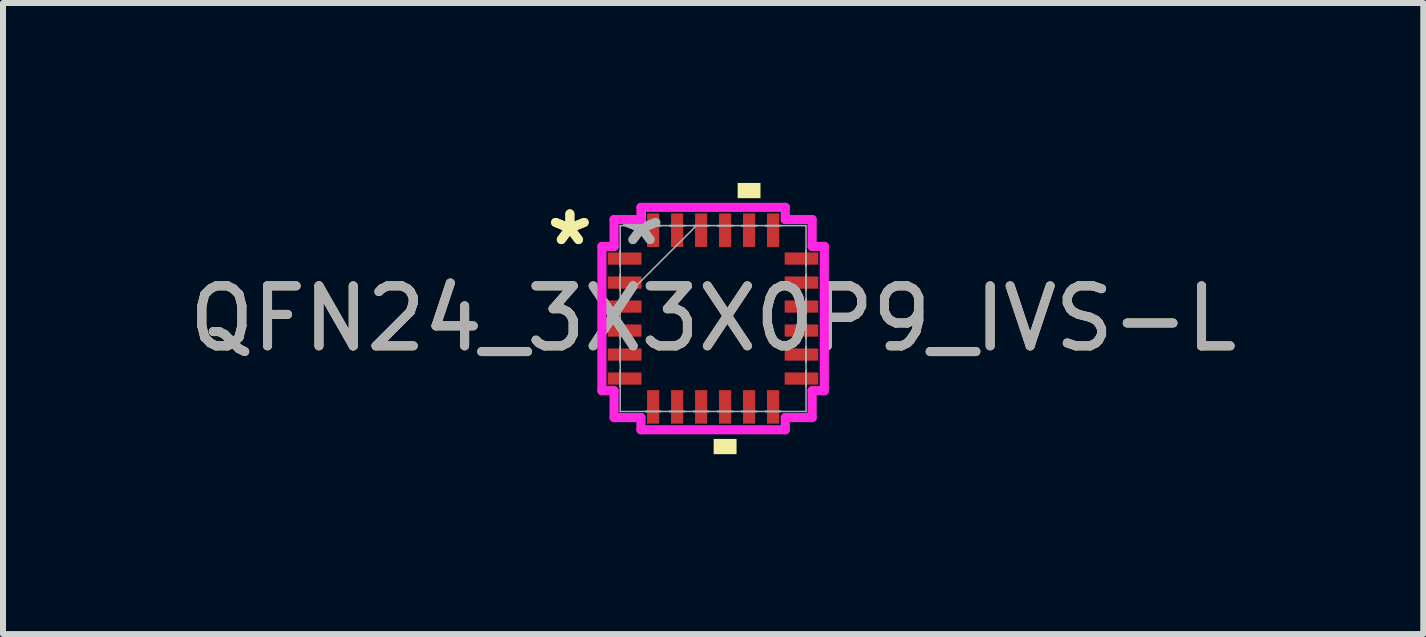
<source format=kicad_pcb>
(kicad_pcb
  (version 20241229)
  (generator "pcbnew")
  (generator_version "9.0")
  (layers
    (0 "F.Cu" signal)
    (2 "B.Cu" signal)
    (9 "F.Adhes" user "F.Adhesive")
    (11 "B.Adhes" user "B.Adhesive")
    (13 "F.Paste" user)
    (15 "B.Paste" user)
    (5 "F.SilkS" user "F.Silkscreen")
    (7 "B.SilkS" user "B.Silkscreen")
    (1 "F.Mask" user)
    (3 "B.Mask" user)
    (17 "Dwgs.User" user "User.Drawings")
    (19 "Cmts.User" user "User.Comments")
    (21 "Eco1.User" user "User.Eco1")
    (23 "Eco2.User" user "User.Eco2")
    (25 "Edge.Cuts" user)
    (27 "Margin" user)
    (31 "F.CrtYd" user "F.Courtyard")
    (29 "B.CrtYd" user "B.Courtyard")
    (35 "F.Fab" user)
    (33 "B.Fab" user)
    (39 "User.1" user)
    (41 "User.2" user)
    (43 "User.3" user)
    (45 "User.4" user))
  (footprint "QFN24_3X3X0P9_IVS-L"
    (layer "F.Cu")
    (at 8.839 2.261)
    (property "Reference" "QFN24_3X3X0P9_IVS-L" (at 0 0 0) (unlocked yes) (layer "F.SilkS") (effects (font (size 1 1) (thickness 0.15))))
    (attr smd)
    (fp_poly (pts (xy 0.009 2.007) (xy 0.009 2.261) (xy 0.391 2.261) (xy 0.391 2.007)) (stroke (width 0) (type solid)) (fill yes) (layer "F.SilkS"))
    (fp_poly (pts (xy 0.409 -2.007) (xy 0.409 -2.261) (xy 0.79 -2.261) (xy 0.79 -2.007)) (stroke (width 0) (type solid)) (fill yes) (layer "F.SilkS"))
    (fp_line (start -1.854 -1.203) (end -1.651 -1.203) (stroke (width 0.152) (type solid)) (layer "F.CrtYd"))
    (fp_line (start -1.854 1.203) (end -1.854 -1.203) (stroke (width 0.152) (type solid)) (layer "F.CrtYd"))
    (fp_line (start -1.651 -1.651) (end -1.203 -1.651) (stroke (width 0.152) (type solid)) (layer "F.CrtYd"))
    (fp_line (start -1.651 -1.203) (end -1.651 -1.651) (stroke (width 0.152) (type solid)) (layer "F.CrtYd"))
    (fp_line (start -1.651 1.203) (end -1.854 1.203) (stroke (width 0.152) (type solid)) (layer "F.CrtYd"))
    (fp_line (start -1.651 1.651) (end -1.651 1.203) (stroke (width 0.152) (type solid)) (layer "F.CrtYd"))
    (fp_line (start -1.203 -1.854) (end 1.203 -1.854) (stroke (width 0.152) (type solid)) (layer "F.CrtYd"))
    (fp_line (start -1.203 -1.651) (end -1.203 -1.854) (stroke (width 0.152) (type solid)) (layer "F.CrtYd"))
    (fp_line (start -1.203 1.651) (end -1.651 1.651) (stroke (width 0.152) (type solid)) (layer "F.CrtYd"))
    (fp_line (start -1.203 1.854) (end -1.203 1.651) (stroke (width 0.152) (type solid)) (layer "F.CrtYd"))
    (fp_line (start 1.203 -1.854) (end 1.203 -1.651) (stroke (width 0.152) (type solid)) (layer "F.CrtYd"))
    (fp_line (start 1.203 -1.651) (end 1.651 -1.651) (stroke (width 0.152) (type solid)) (layer "F.CrtYd"))
    (fp_line (start 1.203 1.651) (end 1.203 1.854) (stroke (width 0.152) (type solid)) (layer "F.CrtYd"))
    (fp_line (start 1.203 1.854) (end -1.203 1.854) (stroke (width 0.152) (type solid)) (layer "F.CrtYd"))
    (fp_line (start 1.651 -1.651) (end 1.651 -1.203) (stroke (width 0.152) (type solid)) (layer "F.CrtYd"))
    (fp_line (start 1.651 -1.203) (end 1.854 -1.203) (stroke (width 0.152) (type solid)) (layer "F.CrtYd"))
    (fp_line (start 1.651 1.203) (end 1.651 1.651) (stroke (width 0.152) (type solid)) (layer "F.CrtYd"))
    (fp_line (start 1.651 1.651) (end 1.203 1.651) (stroke (width 0.152) (type solid)) (layer "F.CrtYd"))
    (fp_line (start 1.854 -1.203) (end 1.854 1.203) (stroke (width 0.152) (type solid)) (layer "F.CrtYd"))
    (fp_line (start 1.854 1.203) (end 1.651 1.203) (stroke (width 0.152) (type solid)) (layer "F.CrtYd"))
    (fp_line (start -1.549 -1.549) (end -1.549 -1.549) (stroke (width 0.025) (type solid)) (layer "F.Fab"))
    (fp_line (start -1.549 -1.549) (end -1.549 1.549) (stroke (width 0.025) (type solid)) (layer "F.Fab"))
    (fp_line (start -1.549 -1.127) (end -1.549 -1.127) (stroke (width 0.025) (type solid)) (layer "F.Fab"))
    (fp_line (start -1.549 -1.127) (end -1.549 -0.873) (stroke (width 0.025) (type solid)) (layer "F.Fab"))
    (fp_line (start -1.549 -0.873) (end -1.549 -1.127) (stroke (width 0.025) (type solid)) (layer "F.Fab"))
    (fp_line (start -1.549 -0.873) (end -1.549 -0.873) (stroke (width 0.025) (type solid)) (layer "F.Fab"))
    (fp_line (start -1.549 -0.727) (end -1.549 -0.727) (stroke (width 0.025) (type solid)) (layer "F.Fab"))
    (fp_line (start -1.549 -0.727) (end -1.549 -0.473) (stroke (width 0.025) (type solid)) (layer "F.Fab"))
    (fp_line (start -1.549 -0.473) (end -1.549 -0.727) (stroke (width 0.025) (type solid)) (layer "F.Fab"))
    (fp_line (start -1.549 -0.473) (end -1.549 -0.473) (stroke (width 0.025) (type solid)) (layer "F.Fab"))
    (fp_line (start -1.549 -0.327) (end -1.549 -0.327) (stroke (width 0.025) (type solid)) (layer "F.Fab"))
    (fp_line (start -1.549 -0.327) (end -1.549 -0.073) (stroke (width 0.025) (type solid)) (layer "F.Fab"))
    (fp_line (start -1.549 -0.279) (end -0.279 -1.549) (stroke (width 0.025) (type solid)) (layer "F.Fab"))
    (fp_line (start -1.549 -0.073) (end -1.549 -0.327) (stroke (width 0.025) (type solid)) (layer "F.Fab"))
    (fp_line (start -1.549 -0.073) (end -1.549 -0.073) (stroke (width 0.025) (type solid)) (layer "F.Fab"))
    (fp_line (start -1.549 0.073) (end -1.549 0.073) (stroke (width 0.025) (type solid)) (layer "F.Fab"))
    (fp_line (start -1.549 0.073) (end -1.549 0.327) (stroke (width 0.025) (type solid)) (layer "F.Fab"))
    (fp_line (start -1.549 0.327) (end -1.549 0.073) (stroke (width 0.025) (type solid)) (layer "F.Fab"))
    (fp_line (start -1.549 0.327) (end -1.549 0.327) (stroke (width 0.025) (type solid)) (layer "F.Fab"))
    (fp_line (start -1.549 0.473) (end -1.549 0.473) (stroke (width 0.025) (type solid)) (layer "F.Fab"))
    (fp_line (start -1.549 0.473) (end -1.549 0.727) (stroke (width 0.025) (type solid)) (layer "F.Fab"))
    (fp_line (start -1.549 0.727) (end -1.549 0.473) (stroke (width 0.025) (type solid)) (layer "F.Fab"))
    (fp_line (start -1.549 0.727) (end -1.549 0.727) (stroke (width 0.025) (type solid)) (layer "F.Fab"))
    (fp_line (start -1.549 0.873) (end -1.549 0.873) (stroke (width 0.025) (type solid)) (layer "F.Fab"))
    (fp_line (start -1.549 0.873) (end -1.549 1.127) (stroke (width 0.025) (type solid)) (layer "F.Fab"))
    (fp_line (start -1.549 1.127) (end -1.549 0.873) (stroke (width 0.025) (type solid)) (layer "F.Fab"))
    (fp_line (start -1.549 1.127) (end -1.549 1.127) (stroke (width 0.025) (type solid)) (layer "F.Fab"))
    (fp_line (start -1.549 1.549) (end -1.549 1.549) (stroke (width 0.025) (type solid)) (layer "F.Fab"))
    (fp_line (start -1.549 1.549) (end 1.549 1.549) (stroke (width 0.025) (type solid)) (layer "F.Fab"))
    (fp_line (start -1.127 -1.549) (end -1.127 -1.549) (stroke (width 0.025) (type solid)) (layer "F.Fab"))
    (fp_line (start -1.127 -1.549) (end -0.873 -1.549) (stroke (width 0.025) (type solid)) (layer "F.Fab"))
    (fp_line (start -1.127 1.549) (end -1.127 1.549) (stroke (width 0.025) (type solid)) (layer "F.Fab"))
    (fp_line (start -1.127 1.549) (end -0.873 1.549) (stroke (width 0.025) (type solid)) (layer "F.Fab"))
    (fp_line (start -0.873 -1.549) (end -1.127 -1.549) (stroke (width 0.025) (type solid)) (layer "F.Fab"))
    (fp_line (start -0.873 -1.549) (end -0.873 -1.549) (stroke (width 0.025) (type solid)) (layer "F.Fab"))
    (fp_line (start -0.873 1.549) (end -1.127 1.549) (stroke (width 0.025) (type solid)) (layer "F.Fab"))
    (fp_line (start -0.873 1.549) (end -0.873 1.549) (stroke (width 0.025) (type solid)) (layer "F.Fab"))
    (fp_line (start -0.727 -1.549) (end -0.727 -1.549) (stroke (width 0.025) (type solid)) (layer "F.Fab"))
    (fp_line (start -0.727 -1.549) (end -0.473 -1.549) (stroke (width 0.025) (type solid)) (layer "F.Fab"))
    (fp_line (start -0.727 1.549) (end -0.727 1.549) (stroke (width 0.025) (type solid)) (layer "F.Fab"))
    (fp_line (start -0.727 1.549) (end -0.473 1.549) (stroke (width 0.025) (type solid)) (layer "F.Fab"))
    (fp_line (start -0.473 -1.549) (end -0.727 -1.549) (stroke (width 0.025) (type solid)) (layer "F.Fab"))
    (fp_line (start -0.473 -1.549) (end -0.473 -1.549) (stroke (width 0.025) (type solid)) (layer "F.Fab"))
    (fp_line (start -0.473 1.549) (end -0.727 1.549) (stroke (width 0.025) (type solid)) (layer "F.Fab"))
    (fp_line (start -0.473 1.549) (end -0.473 1.549) (stroke (width 0.025) (type solid)) (layer "F.Fab"))
    (fp_line (start -0.327 -1.549) (end -0.327 -1.549) (stroke (width 0.025) (type solid)) (layer "F.Fab"))
    (fp_line (start -0.327 -1.549) (end -0.073 -1.549) (stroke (width 0.025) (type solid)) (layer "F.Fab"))
    (fp_line (start -0.327 1.549) (end -0.327 1.549) (stroke (width 0.025) (type solid)) (layer "F.Fab"))
    (fp_line (start -0.327 1.549) (end -0.073 1.549) (stroke (width 0.025) (type solid)) (layer "F.Fab"))
    (fp_line (start -0.073 -1.549) (end -0.327 -1.549) (stroke (width 0.025) (type solid)) (layer "F.Fab"))
    (fp_line (start -0.073 -1.549) (end -0.073 -1.549) (stroke (width 0.025) (type solid)) (layer "F.Fab"))
    (fp_line (start -0.073 1.549) (end -0.327 1.549) (stroke (width 0.025) (type solid)) (layer "F.Fab"))
    (fp_line (start -0.073 1.549) (end -0.073 1.549) (stroke (width 0.025) (type solid)) (layer "F.Fab"))
    (fp_line (start 0.073 -1.549) (end 0.073 -1.549) (stroke (width 0.025) (type solid)) (layer "F.Fab"))
    (fp_line (start 0.073 -1.549) (end 0.327 -1.549) (stroke (width 0.025) (type solid)) (layer "F.Fab"))
    (fp_line (start 0.073 1.549) (end 0.073 1.549) (stroke (width 0.025) (type solid)) (layer "F.Fab"))
    (fp_line (start 0.073 1.549) (end 0.327 1.549) (stroke (width 0.025) (type solid)) (layer "F.Fab"))
    (fp_line (start 0.327 -1.549) (end 0.073 -1.549) (stroke (width 0.025) (type solid)) (layer "F.Fab"))
    (fp_line (start 0.327 -1.549) (end 0.327 -1.549) (stroke (width 0.025) (type solid)) (layer "F.Fab"))
    (fp_line (start 0.327 1.549) (end 0.073 1.549) (stroke (width 0.025) (type solid)) (layer "F.Fab"))
    (fp_line (start 0.327 1.549) (end 0.327 1.549) (stroke (width 0.025) (type solid)) (layer "F.Fab"))
    (fp_line (start 0.473 -1.549) (end 0.473 -1.549) (stroke (width 0.025) (type solid)) (layer "F.Fab"))
    (fp_line (start 0.473 -1.549) (end 0.727 -1.549) (stroke (width 0.025) (type solid)) (layer "F.Fab"))
    (fp_line (start 0.473 1.549) (end 0.473 1.549) (stroke (width 0.025) (type solid)) (layer "F.Fab"))
    (fp_line (start 0.473 1.549) (end 0.727 1.549) (stroke (width 0.025) (type solid)) (layer "F.Fab"))
    (fp_line (start 0.727 -1.549) (end 0.473 -1.549) (stroke (width 0.025) (type solid)) (layer "F.Fab"))
    (fp_line (start 0.727 -1.549) (end 0.727 -1.549) (stroke (width 0.025) (type solid)) (layer "F.Fab"))
    (fp_line (start 0.727 1.549) (end 0.473 1.549) (stroke (width 0.025) (type solid)) (layer "F.Fab"))
    (fp_line (start 0.727 1.549) (end 0.727 1.549) (stroke (width 0.025) (type solid)) (layer "F.Fab"))
    (fp_line (start 0.873 -1.549) (end 0.873 -1.549) (stroke (width 0.025) (type solid)) (layer "F.Fab"))
    (fp_line (start 0.873 -1.549) (end 1.127 -1.549) (stroke (width 0.025) (type solid)) (layer "F.Fab"))
    (fp_line (start 0.873 1.549) (end 0.873 1.549) (stroke (width 0.025) (type solid)) (layer "F.Fab"))
    (fp_line (start 0.873 1.549) (end 1.127 1.549) (stroke (width 0.025) (type solid)) (layer "F.Fab"))
    (fp_line (start 1.127 -1.549) (end 0.873 -1.549) (stroke (width 0.025) (type solid)) (layer "F.Fab"))
    (fp_line (start 1.127 -1.549) (end 1.127 -1.549) (stroke (width 0.025) (type solid)) (layer "F.Fab"))
    (fp_line (start 1.127 1.549) (end 0.873 1.549) (stroke (width 0.025) (type solid)) (layer "F.Fab"))
    (fp_line (start 1.127 1.549) (end 1.127 1.549) (stroke (width 0.025) (type solid)) (layer "F.Fab"))
    (fp_line (start 1.549 -1.549) (end -1.549 -1.549) (stroke (width 0.025) (type solid)) (layer "F.Fab"))
    (fp_line (start 1.549 -1.549) (end 1.549 -1.549) (stroke (width 0.025) (type solid)) (layer "F.Fab"))
    (fp_line (start 1.549 -1.127) (end 1.549 -1.127) (stroke (width 0.025) (type solid)) (layer "F.Fab"))
    (fp_line (start 1.549 -1.127) (end 1.549 -0.873) (stroke (width 0.025) (type solid)) (layer "F.Fab"))
    (fp_line (start 1.549 -0.873) (end 1.549 -1.127) (stroke (width 0.025) (type solid)) (layer "F.Fab"))
    (fp_line (start 1.549 -0.873) (end 1.549 -0.873) (stroke (width 0.025) (type solid)) (layer "F.Fab"))
    (fp_line (start 1.549 -0.727) (end 1.549 -0.727) (stroke (width 0.025) (type solid)) (layer "F.Fab"))
    (fp_line (start 1.549 -0.727) (end 1.549 -0.473) (stroke (width 0.025) (type solid)) (layer "F.Fab"))
    (fp_line (start 1.549 -0.473) (end 1.549 -0.727) (stroke (width 0.025) (type solid)) (layer "F.Fab"))
    (fp_line (start 1.549 -0.473) (end 1.549 -0.473) (stroke (width 0.025) (type solid)) (layer "F.Fab"))
    (fp_line (start 1.549 -0.327) (end 1.549 -0.327) (stroke (width 0.025) (type solid)) (layer "F.Fab"))
    (fp_line (start 1.549 -0.327) (end 1.549 -0.073) (stroke (width 0.025) (type solid)) (layer "F.Fab"))
    (fp_line (start 1.549 -0.073) (end 1.549 -0.327) (stroke (width 0.025) (type solid)) (layer "F.Fab"))
    (fp_line (start 1.549 -0.073) (end 1.549 -0.073) (stroke (width 0.025) (type solid)) (layer "F.Fab"))
    (fp_line (start 1.549 0.073) (end 1.549 0.073) (stroke (width 0.025) (type solid)) (layer "F.Fab"))
    (fp_line (start 1.549 0.073) (end 1.549 0.327) (stroke (width 0.025) (type solid)) (layer "F.Fab"))
    (fp_line (start 1.549 0.327) (end 1.549 0.073) (stroke (width 0.025) (type solid)) (layer "F.Fab"))
    (fp_line (start 1.549 0.327) (end 1.549 0.327) (stroke (width 0.025) (type solid)) (layer "F.Fab"))
    (fp_line (start 1.549 0.473) (end 1.549 0.473) (stroke (width 0.025) (type solid)) (layer "F.Fab"))
    (fp_line (start 1.549 0.473) (end 1.549 0.727) (stroke (width 0.025) (type solid)) (layer "F.Fab"))
    (fp_line (start 1.549 0.727) (end 1.549 0.473) (stroke (width 0.025) (type solid)) (layer "F.Fab"))
    (fp_line (start 1.549 0.727) (end 1.549 0.727) (stroke (width 0.025) (type solid)) (layer "F.Fab"))
    (fp_line (start 1.549 0.873) (end 1.549 0.873) (stroke (width 0.025) (type solid)) (layer "F.Fab"))
    (fp_line (start 1.549 0.873) (end 1.549 1.127) (stroke (width 0.025) (type solid)) (layer "F.Fab"))
    (fp_line (start 1.549 1.127) (end 1.549 0.873) (stroke (width 0.025) (type solid)) (layer "F.Fab"))
    (fp_line (start 1.549 1.127) (end 1.549 1.127) (stroke (width 0.025) (type solid)) (layer "F.Fab"))
    (fp_line (start 1.549 1.549) (end 1.549 -1.549) (stroke (width 0.025) (type solid)) (layer "F.Fab"))
    (fp_line (start 1.549 1.549) (end 1.549 1.549) (stroke (width 0.025) (type solid)) (layer "F.Fab"))
    (fp_text user "*" (at -2.388 -1.2 0) (layer "F.SilkS") (effects (font (size 1 1) (thickness 0.15))))
    (fp_text user "*" (at -2.388 -1.2 0) (unlocked yes) (layer "F.SilkS") (effects (font (size 1 1) (thickness 0.15))))
    (fp_text user "*" (at -1.194 -1.2 0) (unlocked yes) (layer "F.Fab") (effects (font (size 1 1) (thickness 0.15))))
    (fp_text user "${REFERENCE}" (at 0 0 0) (unlocked yes) (layer "F.Fab") (effects (font (size 1 1) (thickness 0.15))))
    (fp_text user "*" (at -1.194 -1.2 0) (layer "F.Fab") (effects (font (size 1 1) (thickness 0.15))))
    (pad "1" smd rect (at -1.473 -1 90) (size 0.203 0.559) (layers "F.Cu" "F.Mask" "F.Paste"))
    (pad "2" smd rect (at -1.473 -0.6 90) (size 0.203 0.559) (layers "F.Cu" "F.Mask" "F.Paste"))
    (pad "3" smd rect (at -1.473 -0.2 90) (size 0.203 0.559) (layers "F.Cu" "F.Mask" "F.Paste"))
    (pad "4" smd rect (at -1.473 0.2 90) (size 0.203 0.559) (layers "F.Cu" "F.Mask" "F.Paste"))
    (pad "5" smd rect (at -1.473 0.6 90) (size 0.203 0.559) (layers "F.Cu" "F.Mask" "F.Paste"))
    (pad "6" smd rect (at -1.473 1 90) (size 0.203 0.559) (layers "F.Cu" "F.Mask" "F.Paste"))
    (pad "7" smd rect (at -1 1.473) (size 0.203 0.559) (layers "F.Cu" "F.Mask" "F.Paste"))
    (pad "8" smd rect (at -0.6 1.473) (size 0.203 0.559) (layers "F.Cu" "F.Mask" "F.Paste"))
    (pad "9" smd rect (at -0.2 1.473) (size 0.203 0.559) (layers "F.Cu" "F.Mask" "F.Paste"))
    (pad "10" smd rect (at 0.2 1.473) (size 0.203 0.559) (layers "F.Cu" "F.Mask" "F.Paste"))
    (pad "11" smd rect (at 0.6 1.473) (size 0.203 0.559) (layers "F.Cu" "F.Mask" "F.Paste"))
    (pad "12" smd rect (at 1 1.473) (size 0.203 0.559) (layers "F.Cu" "F.Mask" "F.Paste"))
    (pad "13" smd rect (at 1.473 1 90) (size 0.203 0.559) (layers "F.Cu" "F.Mask" "F.Paste"))
    (pad "14" smd rect (at 1.473 0.6 90) (size 0.203 0.559) (layers "F.Cu" "F.Mask" "F.Paste"))
    (pad "15" smd rect (at 1.473 0.2 90) (size 0.203 0.559) (layers "F.Cu" "F.Mask" "F.Paste"))
    (pad "16" smd rect (at 1.473 -0.2 90) (size 0.203 0.559) (layers "F.Cu" "F.Mask" "F.Paste"))
    (pad "17" smd rect (at 1.473 -0.6 90) (size 0.203 0.559) (layers "F.Cu" "F.Mask" "F.Paste"))
    (pad "18" smd rect (at 1.473 -1 90) (size 0.203 0.559) (layers "F.Cu" "F.Mask" "F.Paste"))
    (pad "19" smd rect (at 1 -1.473) (size 0.203 0.559) (layers "F.Cu" "F.Mask" "F.Paste"))
    (pad "20" smd rect (at 0.6 -1.473) (size 0.203 0.559) (layers "F.Cu" "F.Mask" "F.Paste"))
    (pad "21" smd rect (at 0.2 -1.473) (size 0.203 0.559) (layers "F.Cu" "F.Mask" "F.Paste"))
    (pad "22" smd rect (at -0.2 -1.473) (size 0.203 0.559) (layers "F.Cu" "F.Mask" "F.Paste"))
    (pad "23" smd rect (at -0.6 -1.473) (size 0.203 0.559) (layers "F.Cu" "F.Mask" "F.Paste"))
    (pad "24" smd rect (at -1 -1.473) (size 0.203 0.559) (layers "F.Cu" "F.Mask" "F.Paste"))
    (zone (net_name "") (layer "F.Cu") (hatch full 0.508) (connect_pads) (min_thickness 0.254) (filled_areas_thickness no) (keepout (tracks not_allowed) (vias not_allowed) (pads allowed) (copperpour not_allowed) (footprints allowed)) (placement (enabled no)) (fill) (polygon (pts (xy 8.039 1.46) (xy 9.639 1.46) (xy 9.639 3.061) (xy 8.039 3.061)))))
  (gr_rect
    (start -3 -3)
    (end 20.679 7.521)
    (stroke (width 0.1) (type default))
    (fill no)
    (layer "Edge.Cuts")))
</source>
